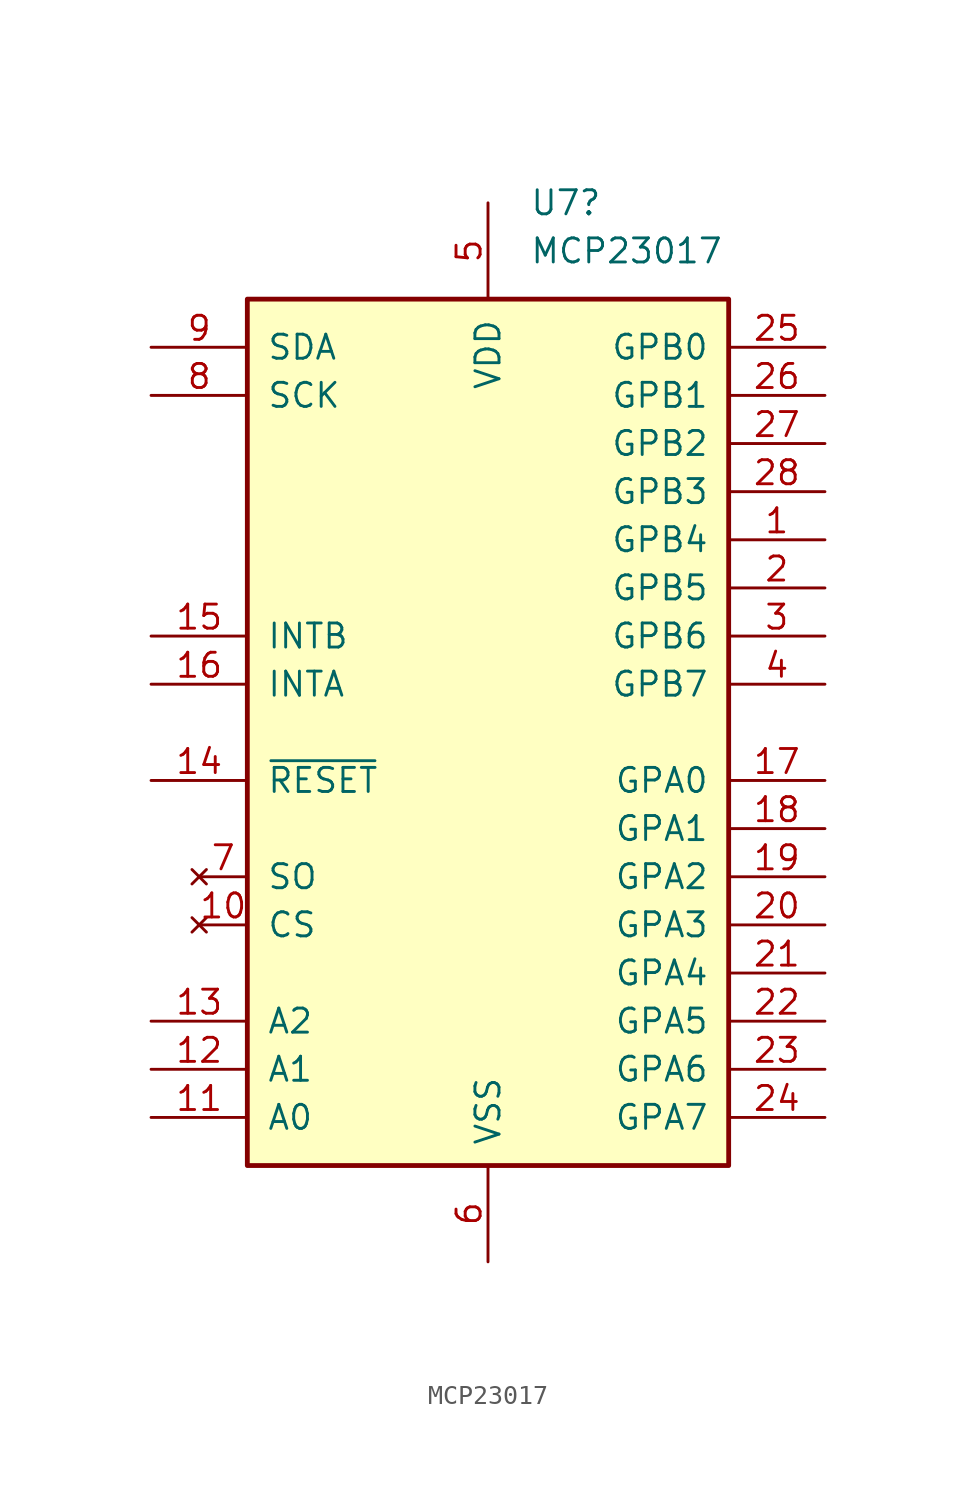
<source format=kicad_sym>
(kicad_symbol_lib
  (version 20231120)
  (generator "kicad_symbol_editor")
  (generator_version "8.0")
  (symbol "MCP23017"
    (pin_names
      (offset 1.016))
    (property "Reference" "U7"
      (at 2.194 27.94 0)
      (effects (font (size 1.27 1.27)) (justify left)))
    (property "Value" "MCP23017"
      (at 2.194 25.4 0)
      (effects (font (size 1.27 1.27)) (justify left)))
    (symbol "MCP23017_0_1"
      (rectangle (start -12.7 22.86) (end 12.7 -22.86) (stroke (width 0.254) (type default)) (fill (type background))))
    (symbol "MCP23017_1_1"
      (pin bidirectional line (at 17.78 10.16 180) (length 5.08) (name "GPB4" (effects (font (size 1.27 1.27)))) (number "1" (effects (font (size 1.27 1.27)))))
      (pin no_connect line (at -15.24 -10.16 0) (length 2.54) (name "CS" (effects (font (size 1.27 1.27)))) (number "10" (effects (font (size 1.27 1.27)))))
      (pin input line (at -17.78 -20.32 0) (length 5.08) (name "A0" (effects (font (size 1.27 1.27)))) (number "11" (effects (font (size 1.27 1.27)))))
      (pin input line (at -17.78 -17.78 0) (length 5.08) (name "A1" (effects (font (size 1.27 1.27)))) (number "12" (effects (font (size 1.27 1.27)))))
      (pin input line (at -17.78 -15.24 0) (length 5.08) (name "A2" (effects (font (size 1.27 1.27)))) (number "13" (effects (font (size 1.27 1.27)))))
      (pin input line (at -17.78 -2.54 0) (length 5.08) (name "~{RESET}" (effects (font (size 1.27 1.27)))) (number "14" (effects (font (size 1.27 1.27)))))
      (pin tri_state line (at -17.78 5.08 0) (length 5.08) (name "INTB" (effects (font (size 1.27 1.27)))) (number "15" (effects (font (size 1.27 1.27)))))
      (pin tri_state line (at -17.78 2.54 0) (length 5.08) (name "INTA" (effects (font (size 1.27 1.27)))) (number "16" (effects (font (size 1.27 1.27)))))
      (pin bidirectional line (at 17.78 -2.54 180) (length 5.08) (name "GPA0" (effects (font (size 1.27 1.27)))) (number "17" (effects (font (size 1.27 1.27)))))
      (pin bidirectional line (at 17.78 -5.08 180) (length 5.08) (name "GPA1" (effects (font (size 1.27 1.27)))) (number "18" (effects (font (size 1.27 1.27)))))
      (pin bidirectional line (at 17.78 -7.62 180) (length 5.08) (name "GPA2" (effects (font (size 1.27 1.27)))) (number "19" (effects (font (size 1.27 1.27)))))
      (pin bidirectional line (at 17.78 7.62 180) (length 5.08) (name "GPB5" (effects (font (size 1.27 1.27)))) (number "2" (effects (font (size 1.27 1.27)))))
      (pin bidirectional line (at 17.78 -10.16 180) (length 5.08) (name "GPA3" (effects (font (size 1.27 1.27)))) (number "20" (effects (font (size 1.27 1.27)))))
      (pin bidirectional line (at 17.78 -12.7 180) (length 5.08) (name "GPA4" (effects (font (size 1.27 1.27)))) (number "21" (effects (font (size 1.27 1.27)))))
      (pin bidirectional line (at 17.78 -15.24 180) (length 5.08) (name "GPA5" (effects (font (size 1.27 1.27)))) (number "22" (effects (font (size 1.27 1.27)))))
      (pin bidirectional line (at 17.78 -17.78 180) (length 5.08) (name "GPA6" (effects (font (size 1.27 1.27)))) (number "23" (effects (font (size 1.27 1.27)))))
      (pin bidirectional line (at 17.78 -20.32 180) (length 5.08) (name "GPA7" (effects (font (size 1.27 1.27)))) (number "24" (effects (font (size 1.27 1.27)))))
      (pin bidirectional line (at 17.78 20.32 180) (length 5.08) (name "GPB0" (effects (font (size 1.27 1.27)))) (number "25" (effects (font (size 1.27 1.27)))))
      (pin bidirectional line (at 17.78 17.78 180) (length 5.08) (name "GPB1" (effects (font (size 1.27 1.27)))) (number "26" (effects (font (size 1.27 1.27)))))
      (pin bidirectional line (at 17.78 15.24 180) (length 5.08) (name "GPB2" (effects (font (size 1.27 1.27)))) (number "27" (effects (font (size 1.27 1.27)))))
      (pin bidirectional line (at 17.78 12.7 180) (length 5.08) (name "GPB3" (effects (font (size 1.27 1.27)))) (number "28" (effects (font (size 1.27 1.27)))))
      (pin bidirectional line (at 17.78 5.08 180) (length 5.08) (name "GPB6" (effects (font (size 1.27 1.27)))) (number "3" (effects (font (size 1.27 1.27)))))
      (pin bidirectional line (at 17.78 2.54 180) (length 5.08) (name "GPB7" (effects (font (size 1.27 1.27)))) (number "4" (effects (font (size 1.27 1.27)))))
      (pin power_in line (at 0 27.94 270) (length 5.08) (name "VDD" (effects (font (size 1.27 1.27)))) (number "5" (effects (font (size 1.27 1.27)))))
      (pin power_in line (at 0 -27.94 90) (length 5.08) (name "VSS" (effects (font (size 1.27 1.27)))) (number "6" (effects (font (size 1.27 1.27)))))
      (pin no_connect line (at -15.24 -7.62 0) (length 2.54) (name "SO" (effects (font (size 1.27 1.27)))) (number "7" (effects (font (size 1.27 1.27)))))
      (pin input line (at -17.78 17.78 0) (length 5.08) (name "SCK" (effects (font (size 1.27 1.27)))) (number "8" (effects (font (size 1.27 1.27)))))
      (pin bidirectional line (at -17.78 20.32 0) (length 5.08) (name "SDA" (effects (font (size 1.27 1.27)))) (number "9" (effects (font (size 1.27 1.27))))))))
</source>
